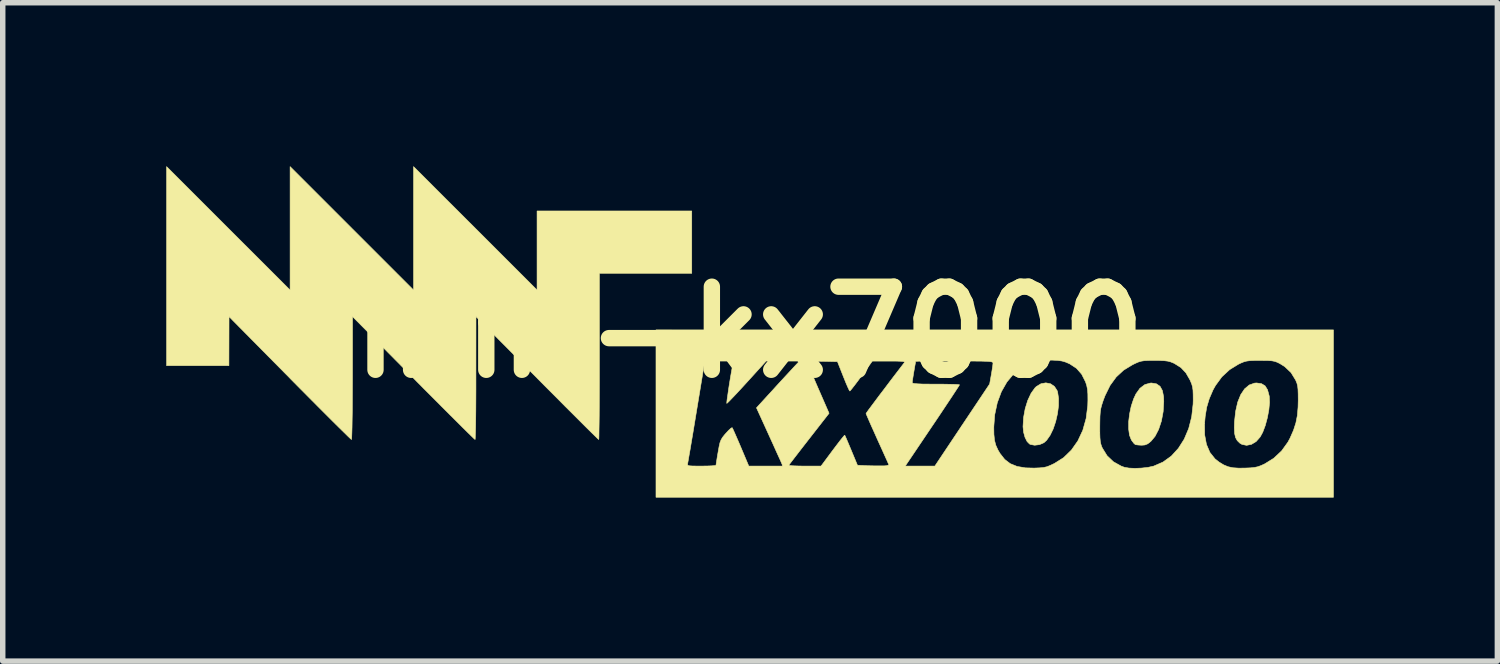
<source format=kicad_pcb>
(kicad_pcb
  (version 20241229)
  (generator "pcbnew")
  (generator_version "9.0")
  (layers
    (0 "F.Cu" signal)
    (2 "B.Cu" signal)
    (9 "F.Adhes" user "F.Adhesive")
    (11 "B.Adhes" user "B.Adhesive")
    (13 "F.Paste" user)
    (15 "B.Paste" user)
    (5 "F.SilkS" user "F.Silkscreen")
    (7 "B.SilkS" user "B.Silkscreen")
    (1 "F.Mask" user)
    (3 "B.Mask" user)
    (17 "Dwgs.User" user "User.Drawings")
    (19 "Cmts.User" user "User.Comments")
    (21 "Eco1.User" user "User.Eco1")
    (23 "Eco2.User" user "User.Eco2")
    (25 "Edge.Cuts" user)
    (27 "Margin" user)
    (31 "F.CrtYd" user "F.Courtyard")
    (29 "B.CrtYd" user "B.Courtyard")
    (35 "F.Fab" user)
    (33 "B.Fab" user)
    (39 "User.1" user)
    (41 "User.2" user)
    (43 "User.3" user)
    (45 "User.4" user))
  (footprint "mnt-kx7000"
    (layer "F.Cu")
    (at 10.694 3.042)
    (property "Reference" "mnt-kx7000" (at 0 0 0) (layer "F.SilkS") (effects (font (size 1.524 1.524) (thickness 0.3))))
    (attr through_hole)
    (fp_poly (pts (xy 9.39 0.944) (xy 9.456 0.984) (xy 9.501 1.056) (xy 9.53 1.163) (xy 9.533 1.178) (xy 9.538 1.29) (xy 9.525 1.425) (xy 9.498 1.569) (xy 9.46 1.71) (xy 9.413 1.835) (xy 9.366 1.921) (xy 9.292 2.005) (xy 9.206 2.057) (xy 9.117 2.075) (xy 9.033 2.058) (xy 8.991 2.033) (xy 8.945 1.987) (xy 8.914 1.931) (xy 8.897 1.856) (xy 8.892 1.754) (xy 8.895 1.645) (xy 8.916 1.451) (xy 8.954 1.283) (xy 9.01 1.145) (xy 9.081 1.039) (xy 9.166 0.968) (xy 9.263 0.934) (xy 9.299 0.931) (xy 9.39 0.944)) (stroke (width 0.01) (type solid)) (fill yes) (layer "F.SilkS"))
    (fp_poly (pts (xy 5.522 0.946) (xy 5.593 0.995) (xy 5.643 1.072) (xy 5.651 1.096) (xy 5.669 1.214) (xy 5.668 1.35) (xy 5.649 1.494) (xy 5.616 1.639) (xy 5.57 1.775) (xy 5.513 1.892) (xy 5.449 1.983) (xy 5.4 2.027) (xy 5.319 2.062) (xy 5.23 2.073) (xy 5.151 2.058) (xy 5.136 2.05) (xy 5.091 2.004) (xy 5.053 1.927) (xy 5.027 1.833) (xy 5.017 1.733) (xy 5.017 1.732) (xy 5.027 1.565) (xy 5.057 1.401) (xy 5.104 1.25) (xy 5.165 1.12) (xy 5.237 1.02) (xy 5.262 0.996) (xy 5.347 0.945) (xy 5.436 0.929) (xy 5.522 0.946)) (stroke (width 0.01) (type solid)) (fill yes) (layer "F.SilkS"))
    (fp_poly (pts (xy 7.464 0.947) (xy 7.53 0.993) (xy 7.573 1.071) (xy 7.595 1.183) (xy 7.598 1.274) (xy 7.587 1.457) (xy 7.555 1.629) (xy 7.504 1.783) (xy 7.438 1.91) (xy 7.363 2) (xy 7.304 2.047) (xy 7.252 2.068) (xy 7.191 2.073) (xy 7.129 2.069) (xy 7.084 2.063) (xy 7.076 2.061) (xy 7.049 2.037) (xy 7.014 1.991) (xy 7.002 1.972) (xy 6.969 1.888) (xy 6.954 1.775) (xy 6.954 1.642) (xy 6.971 1.5) (xy 7.001 1.357) (xy 7.045 1.224) (xy 7.087 1.133) (xy 7.162 1.028) (xy 7.251 0.961) (xy 7.352 0.933) (xy 7.374 0.932) (xy 7.464 0.947)) (stroke (width 0.01) (type solid)) (fill yes) (layer "F.SilkS"))
    (fp_poly (pts (xy -5.027 -1.905) (xy -3.895 -0.773) (xy -3.895 -2.223) (xy -1.058 -2.223) (xy -1.058 -1.079) (xy -2.752 -1.079) (xy -2.752 0.445) (xy -2.752 0.694) (xy -2.752 0.931) (xy -2.753 1.152) (xy -2.754 1.354) (xy -2.755 1.533) (xy -2.757 1.685) (xy -2.759 1.808) (xy -2.76 1.899) (xy -2.762 1.953) (xy -2.764 1.968) (xy -2.781 1.954) (xy -2.825 1.911) (xy -2.894 1.844) (xy -2.986 1.753) (xy -3.098 1.641) (xy -3.228 1.511) (xy -3.375 1.365) (xy -3.534 1.204) (xy -3.705 1.033) (xy -3.885 0.852) (xy -3.895 0.841) (xy -5.015 -0.286) (xy -5.016 0.841) (xy -5.016 1.055) (xy -5.017 1.256) (xy -5.018 1.44) (xy -5.02 1.602) (xy -5.022 1.74) (xy -5.025 1.848) (xy -5.028 1.924) (xy -5.03 1.964) (xy -5.032 1.968) (xy -5.049 1.954) (xy -5.093 1.911) (xy -5.163 1.843) (xy -5.255 1.752) (xy -5.367 1.64) (xy -5.498 1.51) (xy -5.644 1.364) (xy -5.804 1.203) (xy -5.975 1.032) (xy -6.154 0.851) (xy -6.163 0.841) (xy -7.279 -0.286) (xy -7.28 0.841) (xy -7.281 1.055) (xy -7.282 1.256) (xy -7.283 1.44) (xy -7.286 1.602) (xy -7.288 1.74) (xy -7.291 1.848) (xy -7.294 1.924) (xy -7.297 1.964) (xy -7.299 1.968) (xy -7.316 1.954) (xy -7.361 1.911) (xy -7.43 1.843) (xy -7.523 1.752) (xy -7.636 1.64) (xy -7.766 1.51) (xy -7.913 1.363) (xy -8.072 1.203) (xy -8.243 1.031) (xy -8.422 0.85) (xy -8.43 0.841) (xy -9.544 -0.286) (xy -9.545 0.164) (xy -9.546 0.614) (xy -10.689 0.614) (xy -10.689 -3.037) (xy -9.557 -1.905) (xy -8.424 -0.773) (xy -8.424 -3.037) (xy -7.292 -1.905) (xy -6.16 -0.773) (xy -6.16 -3.037) (xy -5.027 -1.905)) (stroke (width 0.01) (type solid)) (fill yes) (layer "F.SilkS"))
    (fp_poly (pts (xy 10.71 3.027) (xy -1.714 3.027) (xy -1.714 2.434) (xy -1.136 2.434) (xy -1.125 2.444) (xy -1.095 2.451) (xy -1.039 2.454) (xy -0.951 2.455) (xy -0.88 2.455) (xy -0.779 2.454) (xy -0.696 2.451) (xy -0.638 2.446) (xy -0.614 2.44) (xy -0.614 2.439) (xy -0.61 2.413) (xy -0.601 2.355) (xy -0.588 2.273) (xy -0.575 2.199) (xy -0.557 2.098) (xy -0.541 2.027) (xy -0.521 1.975) (xy -0.494 1.929) (xy -0.455 1.88) (xy -0.433 1.855) (xy -0.382 1.8) (xy -0.342 1.763) (xy -0.318 1.75) (xy -0.317 1.751) (xy -0.304 1.775) (xy -0.278 1.832) (xy -0.242 1.914) (xy -0.198 2.015) (xy -0.157 2.111) (xy -0.012 2.455) (xy 0.612 2.455) (xy 0.605 2.439) (xy 0.723 2.439) (xy 0.74 2.445) (xy 0.793 2.45) (xy 0.873 2.453) (xy 0.973 2.455) (xy 1.015 2.455) (xy 1.313 2.455) (xy 2.857 2.455) (xy 3.4 2.455) (xy 3.88 1.736) (xy 4.481 1.736) (xy 4.483 1.873) (xy 4.494 1.982) (xy 4.518 2.073) (xy 4.558 2.161) (xy 4.596 2.225) (xy 4.681 2.333) (xy 4.783 2.411) (xy 4.909 2.462) (xy 5.062 2.488) (xy 5.22 2.492) (xy 5.321 2.488) (xy 5.395 2.481) (xy 5.457 2.467) (xy 5.519 2.442) (xy 5.593 2.407) (xy 5.761 2.301) (xy 5.904 2.162) (xy 6.022 1.994) (xy 6.113 1.8) (xy 6.134 1.725) (xy 6.425 1.725) (xy 6.425 1.847) (xy 6.428 1.936) (xy 6.434 2.001) (xy 6.444 2.051) (xy 6.459 2.097) (xy 6.473 2.127) (xy 6.559 2.266) (xy 6.676 2.377) (xy 6.82 2.457) (xy 6.879 2.478) (xy 6.961 2.492) (xy 7.07 2.497) (xy 7.19 2.492) (xy 7.308 2.479) (xy 7.408 2.457) (xy 7.415 2.455) (xy 7.585 2.381) (xy 7.736 2.272) (xy 7.866 2.13) (xy 7.973 1.961) (xy 8.055 1.767) (xy 8.078 1.678) (xy 8.346 1.678) (xy 8.348 1.883) (xy 8.381 2.058) (xy 8.444 2.205) (xy 8.538 2.323) (xy 8.614 2.383) (xy 8.698 2.434) (xy 8.778 2.467) (xy 8.865 2.486) (xy 8.971 2.493) (xy 9.081 2.492) (xy 9.186 2.488) (xy 9.262 2.48) (xy 9.324 2.467) (xy 9.386 2.444) (xy 9.451 2.414) (xy 9.615 2.312) (xy 9.759 2.177) (xy 9.875 2.016) (xy 9.914 1.943) (xy 9.978 1.797) (xy 10.021 1.663) (xy 10.048 1.527) (xy 10.061 1.374) (xy 10.064 1.249) (xy 10.063 1.133) (xy 10.06 1.049) (xy 10.053 0.987) (xy 10.04 0.936) (xy 10.02 0.887) (xy 10.016 0.878) (xy 9.932 0.741) (xy 9.816 0.631) (xy 9.726 0.575) (xy 9.677 0.551) (xy 9.632 0.535) (xy 9.581 0.525) (xy 9.512 0.52) (xy 9.416 0.519) (xy 9.366 0.519) (xy 9.256 0.519) (xy 9.178 0.522) (xy 9.118 0.53) (xy 9.066 0.544) (xy 9.01 0.567) (xy 8.968 0.587) (xy 8.807 0.686) (xy 8.663 0.819) (xy 8.546 0.979) (xy 8.502 1.058) (xy 8.433 1.218) (xy 8.386 1.374) (xy 8.358 1.542) (xy 8.346 1.678) (xy 8.078 1.678) (xy 8.11 1.551) (xy 8.136 1.319) (xy 8.138 1.249) (xy 8.137 1.14) (xy 8.134 1.062) (xy 8.125 1.002) (xy 8.11 0.949) (xy 8.086 0.892) (xy 8.079 0.876) (xy 8.004 0.746) (xy 7.913 0.649) (xy 7.795 0.575) (xy 7.779 0.567) (xy 7.725 0.545) (xy 7.672 0.531) (xy 7.607 0.523) (xy 7.52 0.519) (xy 7.428 0.519) (xy 7.322 0.519) (xy 7.246 0.522) (xy 7.188 0.531) (xy 7.136 0.546) (xy 7.078 0.571) (xy 7.025 0.597) (xy 6.862 0.696) (xy 6.726 0.822) (xy 6.613 0.977) (xy 6.52 1.166) (xy 6.485 1.259) (xy 6.461 1.333) (xy 6.444 1.397) (xy 6.434 1.463) (xy 6.428 1.542) (xy 6.426 1.646) (xy 6.425 1.725) (xy 6.134 1.725) (xy 6.174 1.583) (xy 6.204 1.346) (xy 6.207 1.249) (xy 6.206 1.133) (xy 6.199 1.047) (xy 6.185 0.977) (xy 6.163 0.91) (xy 6.092 0.77) (xy 5.997 0.662) (xy 5.875 0.582) (xy 5.869 0.579) (xy 5.8 0.549) (xy 5.733 0.529) (xy 5.654 0.518) (xy 5.547 0.512) (xy 5.546 0.512) (xy 5.355 0.518) (xy 5.186 0.555) (xy 5.03 0.625) (xy 4.992 0.648) (xy 4.846 0.764) (xy 4.721 0.914) (xy 4.62 1.091) (xy 4.545 1.293) (xy 4.498 1.513) (xy 4.481 1.736) (xy 3.88 1.736) (xy 3.902 1.703) (xy 4.405 0.95) (xy 4.436 0.776) (xy 4.45 0.691) (xy 4.461 0.619) (xy 4.466 0.573) (xy 4.466 0.566) (xy 4.464 0.556) (xy 4.454 0.548) (xy 4.432 0.542) (xy 4.395 0.537) (xy 4.338 0.534) (xy 4.256 0.531) (xy 4.146 0.53) (xy 4.003 0.529) (xy 3.824 0.529) (xy 3.757 0.529) (xy 3.589 0.529) (xy 3.434 0.53) (xy 3.3 0.53) (xy 3.189 0.531) (xy 3.107 0.532) (xy 3.059 0.534) (xy 3.048 0.534) (xy 3.045 0.556) (xy 3.035 0.61) (xy 3.022 0.685) (xy 3.016 0.72) (xy 3.002 0.805) (xy 2.991 0.875) (xy 2.985 0.919) (xy 2.985 0.926) (xy 2.994 0.935) (xy 3.027 0.942) (xy 3.086 0.947) (xy 3.176 0.951) (xy 3.301 0.952) (xy 3.418 0.953) (xy 3.549 0.953) (xy 3.663 0.955) (xy 3.756 0.957) (xy 3.821 0.96) (xy 3.851 0.964) (xy 3.852 0.965) (xy 3.841 0.985) (xy 3.808 1.036) (xy 3.757 1.114) (xy 3.689 1.217) (xy 3.607 1.34) (xy 3.514 1.48) (xy 3.412 1.632) (xy 3.355 1.716) (xy 2.857 2.455) (xy 1.313 2.455) (xy 1.526 2.168) (xy 1.597 2.074) (xy 1.658 1.994) (xy 1.707 1.933) (xy 1.738 1.896) (xy 1.748 1.889) (xy 1.758 1.91) (xy 1.782 1.964) (xy 1.815 2.042) (xy 1.855 2.137) (xy 1.869 2.171) (xy 1.983 2.445) (xy 2.274 2.451) (xy 2.394 2.452) (xy 2.477 2.451) (xy 2.528 2.447) (xy 2.552 2.44) (xy 2.555 2.429) (xy 2.544 2.403) (xy 2.518 2.344) (xy 2.479 2.258) (xy 2.431 2.151) (xy 2.375 2.028) (xy 2.341 1.953) (xy 2.284 1.825) (xy 2.232 1.71) (xy 2.19 1.614) (xy 2.159 1.542) (xy 2.141 1.5) (xy 2.138 1.491) (xy 2.15 1.473) (xy 2.184 1.425) (xy 2.237 1.354) (xy 2.305 1.263) (xy 2.384 1.157) (xy 2.472 1.042) (xy 2.563 0.921) (xy 2.655 0.8) (xy 2.744 0.684) (xy 2.826 0.577) (xy 2.842 0.556) (xy 2.842 0.545) (xy 2.819 0.537) (xy 2.769 0.533) (xy 2.687 0.53) (xy 2.567 0.53) (xy 2.558 0.53) (xy 2.254 0.53) (xy 2.054 0.805) (xy 1.985 0.898) (xy 1.925 0.977) (xy 1.878 1.037) (xy 1.848 1.073) (xy 1.84 1.079) (xy 1.828 1.061) (xy 1.804 1.01) (xy 1.771 0.934) (xy 1.733 0.84) (xy 1.721 0.81) (xy 1.614 0.54) (xy 1.336 0.534) (xy 1.233 0.533) (xy 1.148 0.535) (xy 1.087 0.539) (xy 1.059 0.545) (xy 1.058 0.547) (xy 1.066 0.57) (xy 1.089 0.628) (xy 1.124 0.712) (xy 1.17 0.819) (xy 1.222 0.941) (xy 1.259 1.026) (xy 1.46 1.487) (xy 1.095 1.955) (xy 1 2.077) (xy 0.914 2.188) (xy 0.84 2.284) (xy 0.781 2.361) (xy 0.741 2.413) (xy 0.724 2.438) (xy 0.723 2.439) (xy 0.605 2.439) (xy 0.583 2.387) (xy 0.566 2.348) (xy 0.534 2.278) (xy 0.49 2.181) (xy 0.438 2.065) (xy 0.379 1.936) (xy 0.341 1.852) (xy 0.129 1.387) (xy 0.187 1.323) (xy 0.221 1.286) (xy 0.277 1.225) (xy 0.349 1.146) (xy 0.432 1.056) (xy 0.497 0.984) (xy 0.586 0.887) (xy 0.672 0.794) (xy 0.748 0.712) (xy 0.807 0.648) (xy 0.834 0.619) (xy 0.919 0.529) (xy 0.307 0.529) (xy -0.05 0.922) (xy -0.148 1.029) (xy -0.236 1.124) (xy -0.311 1.203) (xy -0.368 1.262) (xy -0.405 1.298) (xy -0.416 1.306) (xy -0.415 1.283) (xy -0.409 1.228) (xy -0.397 1.146) (xy -0.383 1.047) (xy -0.366 0.938) (xy -0.348 0.828) (xy -0.33 0.724) (xy -0.314 0.634) (xy -0.305 0.587) (xy -0.293 0.529) (xy -0.819 0.529) (xy -0.972 1.455) (xy -1.004 1.649) (xy -1.034 1.831) (xy -1.062 1.996) (xy -1.086 2.14) (xy -1.107 2.259) (xy -1.122 2.348) (xy -1.132 2.403) (xy -1.135 2.418) (xy -1.136 2.434) (xy -1.714 2.434) (xy -1.714 -0.042) (xy 10.71 -0.042) (xy 10.71 3.027)) (stroke (width 0.01) (type solid)) (fill yes) (layer "F.SilkS")))
  (gr_rect
    (start -3 -3)
    (end 24.41 9.074)
    (stroke (width 0.1) (type default))
    (fill no)
    (layer "Edge.Cuts")))
</source>
